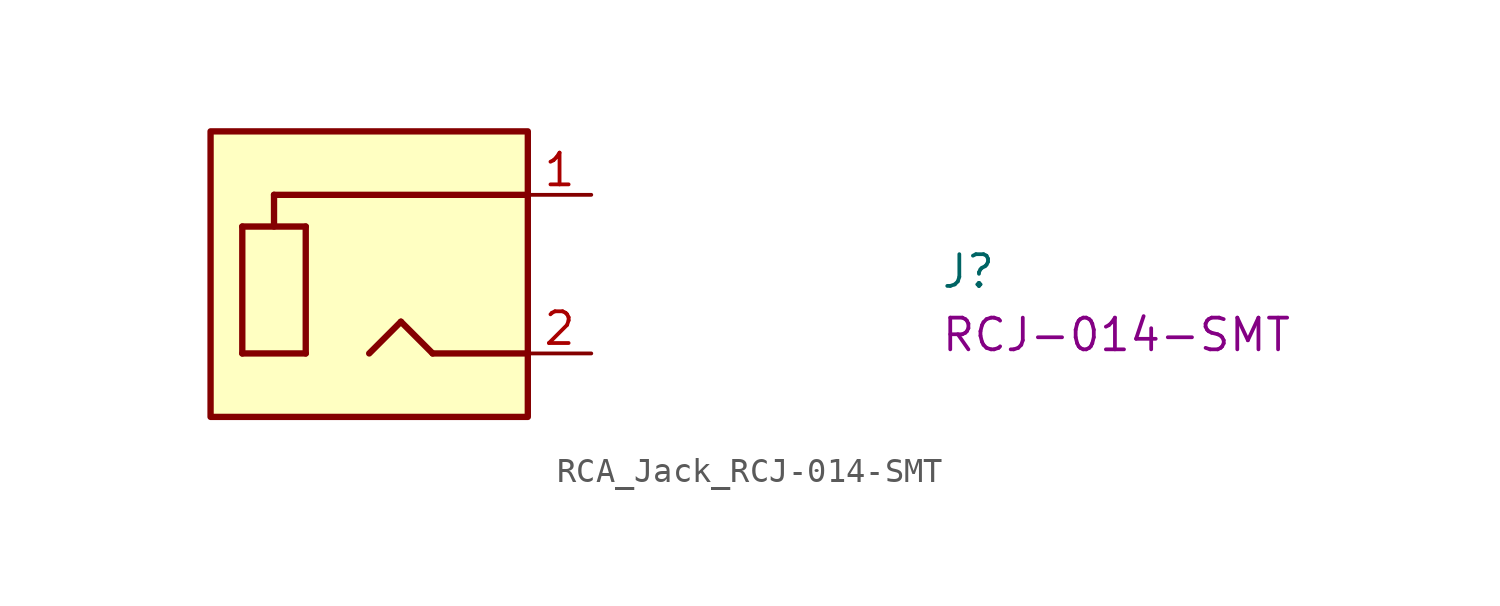
<source format=kicad_sym>
(kicad_symbol_lib
  (version 20220914)
  (generator kicad_symbol_editor)
  (symbol "RCA_Jack_RCJ-014-SMT"
    (property "Reference" "J"
      (at 13.97 -3.81 0)
      (effects (font (size 1.27 1.27) (thickness 0.15)) (justify left bottom)))
    (property "MPN" "RCJ-014-SMT"
      (at 13.97 -6.35 0)
      (effects (font (size 1.27 1.27) (thickness 0.15)) (justify left bottom)))
    (symbol "RCA_Jack_RCJ-014-SMT_1_1"
      (rectangle (start -15.24 2.54) (end -2.54 -8.89) (stroke (width 0.254) (type default)) (fill (type background)))
      (polyline (pts (xy -13.97 -6.35) (xy -13.97 -1.27)) (stroke (width 0.254) (type default)) (fill (type background)))
      (polyline (pts (xy -13.97 -6.35) (xy -11.43 -6.35)) (stroke (width 0.254) (type default)) (fill (type background)))
      (polyline (pts (xy -12.7 0) (xy -12.7 -1.27)) (stroke (width 0.254) (type default)) (fill (type background)))
      (polyline (pts (xy -12.7 0) (xy -2.54 0)) (stroke (width 0.254) (type default)) (fill (type background)))
      (polyline (pts (xy -11.43 -6.35) (xy -11.43 -1.27)) (stroke (width 0.254) (type default)) (fill (type background)))
      (polyline (pts (xy -11.43 -1.27) (xy -13.97 -1.27)) (stroke (width 0.254) (type default)) (fill (type background)))
      (polyline (pts (xy -8.89 -6.35) (xy -7.62 -5.08)) (stroke (width 0.254) (type default)) (fill (type background)))
      (polyline (pts (xy -7.62 -5.08) (xy -6.35 -6.35)) (stroke (width 0.254) (type default)) (fill (type background)))
      (polyline (pts (xy -6.35 -6.35) (xy -2.54 -6.35)) (stroke (width 0.254) (type default)) (fill (type background)))
      (pin passive line (at 0 0 180) (length 2.54) (name "~" (effects (font (size 1.27 1.27)))) (number "1" (effects (font (size 1.27 1.27)))))
      (pin passive line (at 0 -6.35 180) (length 2.54) (name "~" (effects (font (size 1.27 1.27)))) (number "2" (effects (font (size 1.27 1.27))))))))
</source>
